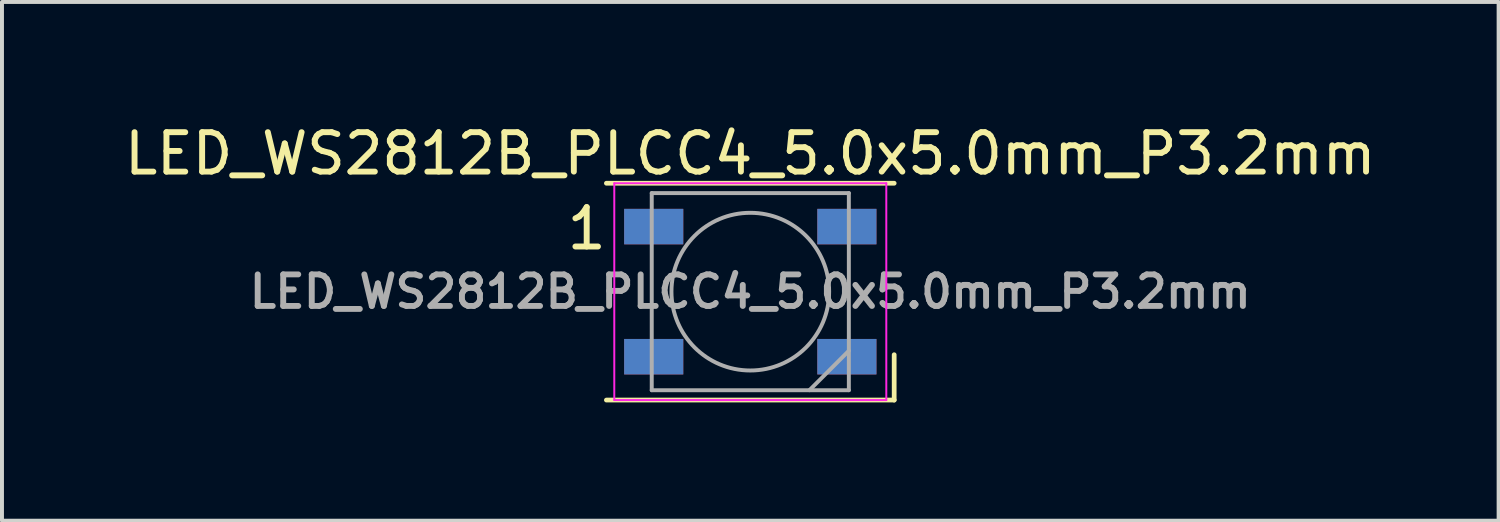
<source format=kicad_pcb>
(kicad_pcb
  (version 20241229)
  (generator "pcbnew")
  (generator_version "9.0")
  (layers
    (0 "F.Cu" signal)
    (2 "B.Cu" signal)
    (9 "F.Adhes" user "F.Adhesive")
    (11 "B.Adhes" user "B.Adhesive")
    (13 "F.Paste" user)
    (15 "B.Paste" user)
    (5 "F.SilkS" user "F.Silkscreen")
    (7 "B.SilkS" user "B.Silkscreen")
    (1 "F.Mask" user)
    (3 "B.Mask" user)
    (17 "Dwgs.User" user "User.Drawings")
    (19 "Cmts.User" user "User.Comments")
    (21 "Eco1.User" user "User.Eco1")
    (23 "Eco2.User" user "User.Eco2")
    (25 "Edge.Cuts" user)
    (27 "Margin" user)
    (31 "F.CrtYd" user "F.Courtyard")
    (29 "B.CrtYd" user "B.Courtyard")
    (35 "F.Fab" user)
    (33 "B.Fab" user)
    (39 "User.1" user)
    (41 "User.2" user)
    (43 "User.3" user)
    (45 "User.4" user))
  (footprint "LED_WS2812B_PLCC4_5.0x5.0mm_P3.2mm"
    (layer "F.Cu")
    (at 15.982 4.348)
    (property "Reference" "LED_WS2812B_PLCC4_5.0x5.0mm_P3.2mm" (at 0 -3.5 0) (layer "F.SilkS") (effects (font (size 1 1) (thickness 0.15))))
    (attr smd)
    (fp_line (start -3.65 -2.75) (end 3.65 -2.75) (stroke (width 0.12) (type solid)) (layer "F.SilkS"))
    (fp_line (start -3.65 2.75) (end 3.65 2.75) (stroke (width 0.12) (type solid)) (layer "F.SilkS"))
    (fp_line (start 3.65 2.75) (end 3.65 1.6) (stroke (width 0.12) (type solid)) (layer "F.SilkS"))
    (fp_line (start -3.45 -2.75) (end -3.45 2.75) (stroke (width 0.05) (type solid)) (layer "F.CrtYd"))
    (fp_line (start -3.45 2.75) (end 3.45 2.75) (stroke (width 0.05) (type solid)) (layer "F.CrtYd"))
    (fp_line (start 3.45 -2.75) (end -3.45 -2.75) (stroke (width 0.05) (type solid)) (layer "F.CrtYd"))
    (fp_line (start 3.45 2.75) (end 3.45 -2.75) (stroke (width 0.05) (type solid)) (layer "F.CrtYd"))
    (fp_line (start -2.5 -2.5) (end -2.5 2.5) (stroke (width 0.1) (type solid)) (layer "F.Fab"))
    (fp_line (start -2.5 2.5) (end 2.5 2.5) (stroke (width 0.1) (type solid)) (layer "F.Fab"))
    (fp_line (start 2.5 -2.5) (end -2.5 -2.5) (stroke (width 0.1) (type solid)) (layer "F.Fab"))
    (fp_line (start 2.5 1.5) (end 1.5 2.5) (stroke (width 0.1) (type solid)) (layer "F.Fab"))
    (fp_line (start 2.5 2.5) (end 2.5 -2.5) (stroke (width 0.1) (type solid)) (layer "F.Fab"))
    (fp_circle (center 0 0) (end 0 -2) (stroke (width 0.1) (type solid)) (fill no) (layer "F.Fab"))
    (fp_text user "1" (at -4.15 -1.6 0) (layer "F.SilkS") (effects (font (size 1 1) (thickness 0.15))))
    (fp_text user "${REFERENCE}" (at 0 0 0) (layer "F.Fab") (effects (font (size 0.8 0.8) (thickness 0.15))))
    (pad "1" smd rect (at -2.45 -1.65) (size 1.5 0.9) (layers "F.Cu" "F.Mask" "F.Paste"))
    (pad "1" smd rect (at 2.45 -1.65) (size 1.5 0.9) (layers "B.Cu" "B.Mask" "B.Paste"))
    (pad "2" smd rect (at -2.45 1.65) (size 1.5 0.9) (layers "F.Cu" "F.Mask" "F.Paste"))
    (pad "2" smd rect (at 2.45 1.65) (size 1.5 0.9) (layers "B.Cu" "B.Mask" "B.Paste"))
    (pad "3" smd rect (at -2.45 1.65) (size 1.5 0.9) (layers "B.Cu" "B.Mask" "B.Paste"))
    (pad "3" smd rect (at 2.45 1.65) (size 1.5 0.9) (layers "F.Cu" "F.Mask" "F.Paste"))
    (pad "4" smd rect (at -2.45 -1.65) (size 1.5 0.9) (layers "B.Cu" "B.Mask" "B.Paste"))
    (pad "4" smd rect (at 2.45 -1.65) (size 1.5 0.9) (layers "F.Cu" "F.Mask" "F.Paste")))
  (gr_rect
    (start -3 -3)
    (end 34.964 10.158)
    (stroke (width 0.1) (type default))
    (fill no)
    (layer "Edge.Cuts")))
</source>
